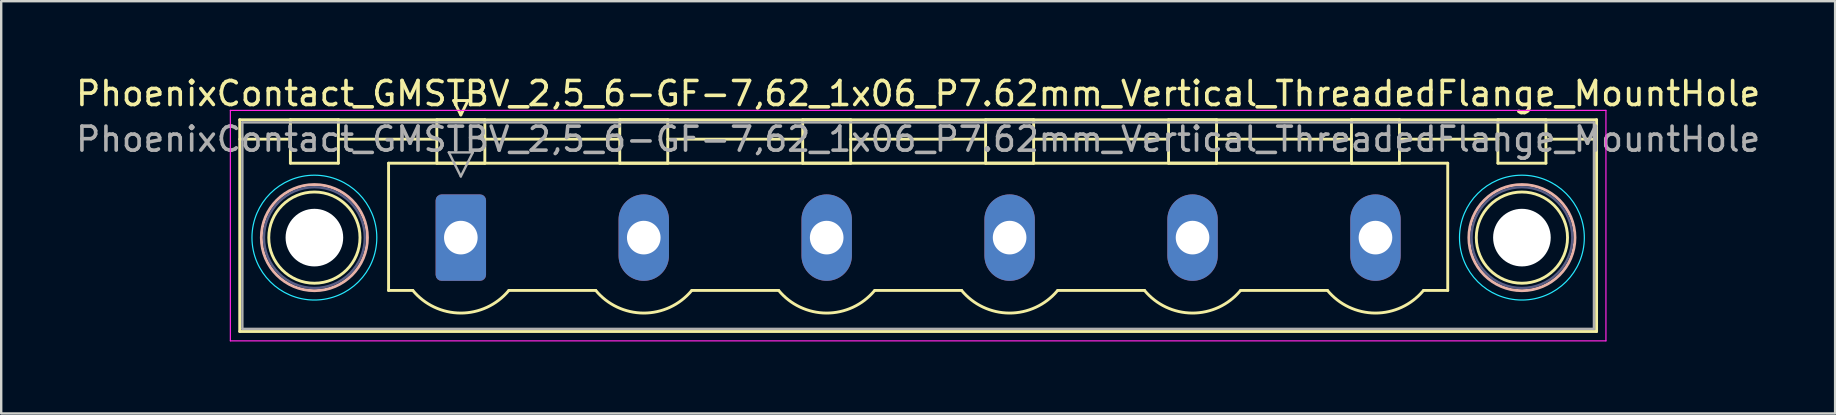
<source format=kicad_pcb>
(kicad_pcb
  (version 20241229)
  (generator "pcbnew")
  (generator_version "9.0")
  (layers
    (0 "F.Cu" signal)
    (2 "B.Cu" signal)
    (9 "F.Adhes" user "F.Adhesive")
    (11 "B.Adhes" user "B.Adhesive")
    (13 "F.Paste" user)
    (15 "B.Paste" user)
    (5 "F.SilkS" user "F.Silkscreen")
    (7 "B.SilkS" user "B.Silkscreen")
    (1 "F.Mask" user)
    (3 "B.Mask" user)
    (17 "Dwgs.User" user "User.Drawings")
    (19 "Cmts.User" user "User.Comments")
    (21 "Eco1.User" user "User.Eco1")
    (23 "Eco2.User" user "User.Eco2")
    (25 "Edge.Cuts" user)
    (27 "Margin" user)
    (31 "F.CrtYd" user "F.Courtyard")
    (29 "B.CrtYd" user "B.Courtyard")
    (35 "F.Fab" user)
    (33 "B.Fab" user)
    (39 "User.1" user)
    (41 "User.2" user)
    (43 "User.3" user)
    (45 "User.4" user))
  (footprint "PhoenixContact_GMSTBV_2,5_6-GF-7,62_1x06_P7.62mm_Vertical_ThreadedFlange_MountHole"
    (layer "F.Cu")
    (at 16.146 6.848)
    (property "Reference" "PhoenixContact_GMSTBV_2,5_6-GF-7,62_1x06_P7.62mm_Vertical_ThreadedFlange_MountHole" (at 19.05 -6 0) (layer "F.SilkS") (effects (font (size 1 1) (thickness 0.15))))
    (attr through_hole)
    (fp_line (start -9.21 -4.91) (end -9.21 3.91) (stroke (width 0.12) (type solid)) (layer "F.SilkS"))
    (fp_line (start -9.21 -4.1) (end -7.21 -4.1) (stroke (width 0.12) (type solid)) (layer "F.SilkS"))
    (fp_line (start -9.21 3.91) (end 47.31 3.91) (stroke (width 0.12) (type solid)) (layer "F.SilkS"))
    (fp_line (start -7.1 -4.91) (end -5.1 -4.91) (stroke (width 0.12) (type solid)) (layer "F.SilkS"))
    (fp_line (start -7.1 -3.1) (end -7.1 -4.91) (stroke (width 0.12) (type solid)) (layer "F.SilkS"))
    (fp_line (start -5.1 -4.91) (end -5.1 -3.1) (stroke (width 0.12) (type solid)) (layer "F.SilkS"))
    (fp_line (start -5.1 -4.1) (end -1 -4.1) (stroke (width 0.12) (type solid)) (layer "F.SilkS"))
    (fp_line (start -5.1 -3.1) (end -7.1 -3.1) (stroke (width 0.12) (type solid)) (layer "F.SilkS"))
    (fp_line (start -3.01 -3.1) (end 41.11 -3.1) (stroke (width 0.12) (type solid)) (layer "F.SilkS"))
    (fp_line (start -3.01 2.2) (end -3.01 -3.1) (stroke (width 0.12) (type solid)) (layer "F.SilkS"))
    (fp_line (start -2 2.2) (end -3.01 2.2) (stroke (width 0.12) (type solid)) (layer "F.SilkS"))
    (fp_line (start -1 -4.91) (end 1 -4.91) (stroke (width 0.12) (type solid)) (layer "F.SilkS"))
    (fp_line (start -1 -3.1) (end -1 -4.91) (stroke (width 0.12) (type solid)) (layer "F.SilkS"))
    (fp_line (start -0.3 -5.71) (end 0.3 -5.71) (stroke (width 0.12) (type solid)) (layer "F.SilkS"))
    (fp_line (start 0 -5.11) (end -0.3 -5.71) (stroke (width 0.12) (type solid)) (layer "F.SilkS"))
    (fp_line (start 0.3 -5.71) (end 0 -5.11) (stroke (width 0.12) (type solid)) (layer "F.SilkS"))
    (fp_line (start 1 -4.91) (end 1 -3.1) (stroke (width 0.12) (type solid)) (layer "F.SilkS"))
    (fp_line (start 1 -4.1) (end 6.62 -4.1) (stroke (width 0.12) (type solid)) (layer "F.SilkS"))
    (fp_line (start 1 -3.1) (end -1 -3.1) (stroke (width 0.12) (type solid)) (layer "F.SilkS"))
    (fp_line (start 2 2.2) (end 5.62 2.2) (stroke (width 0.12) (type solid)) (layer "F.SilkS"))
    (fp_line (start 6.62 -4.91) (end 8.62 -4.91) (stroke (width 0.12) (type solid)) (layer "F.SilkS"))
    (fp_line (start 6.62 -3.1) (end 6.62 -4.91) (stroke (width 0.12) (type solid)) (layer "F.SilkS"))
    (fp_line (start 8.62 -4.91) (end 8.62 -3.1) (stroke (width 0.12) (type solid)) (layer "F.SilkS"))
    (fp_line (start 8.62 -4.1) (end 14.24 -4.1) (stroke (width 0.12) (type solid)) (layer "F.SilkS"))
    (fp_line (start 8.62 -3.1) (end 6.62 -3.1) (stroke (width 0.12) (type solid)) (layer "F.SilkS"))
    (fp_line (start 9.62 2.2) (end 13.24 2.2) (stroke (width 0.12) (type solid)) (layer "F.SilkS"))
    (fp_line (start 14.24 -4.91) (end 16.24 -4.91) (stroke (width 0.12) (type solid)) (layer "F.SilkS"))
    (fp_line (start 14.24 -3.1) (end 14.24 -4.91) (stroke (width 0.12) (type solid)) (layer "F.SilkS"))
    (fp_line (start 16.24 -4.91) (end 16.24 -3.1) (stroke (width 0.12) (type solid)) (layer "F.SilkS"))
    (fp_line (start 16.24 -4.1) (end 21.86 -4.1) (stroke (width 0.12) (type solid)) (layer "F.SilkS"))
    (fp_line (start 16.24 -3.1) (end 14.24 -3.1) (stroke (width 0.12) (type solid)) (layer "F.SilkS"))
    (fp_line (start 17.24 2.2) (end 20.86 2.2) (stroke (width 0.12) (type solid)) (layer "F.SilkS"))
    (fp_line (start 21.86 -4.91) (end 23.86 -4.91) (stroke (width 0.12) (type solid)) (layer "F.SilkS"))
    (fp_line (start 21.86 -3.1) (end 21.86 -4.91) (stroke (width 0.12) (type solid)) (layer "F.SilkS"))
    (fp_line (start 23.86 -4.91) (end 23.86 -3.1) (stroke (width 0.12) (type solid)) (layer "F.SilkS"))
    (fp_line (start 23.86 -4.1) (end 29.48 -4.1) (stroke (width 0.12) (type solid)) (layer "F.SilkS"))
    (fp_line (start 23.86 -3.1) (end 21.86 -3.1) (stroke (width 0.12) (type solid)) (layer "F.SilkS"))
    (fp_line (start 24.86 2.2) (end 28.48 2.2) (stroke (width 0.12) (type solid)) (layer "F.SilkS"))
    (fp_line (start 29.48 -4.91) (end 31.48 -4.91) (stroke (width 0.12) (type solid)) (layer "F.SilkS"))
    (fp_line (start 29.48 -3.1) (end 29.48 -4.91) (stroke (width 0.12) (type solid)) (layer "F.SilkS"))
    (fp_line (start 31.48 -4.91) (end 31.48 -3.1) (stroke (width 0.12) (type solid)) (layer "F.SilkS"))
    (fp_line (start 31.48 -4.1) (end 37.1 -4.1) (stroke (width 0.12) (type solid)) (layer "F.SilkS"))
    (fp_line (start 31.48 -3.1) (end 29.48 -3.1) (stroke (width 0.12) (type solid)) (layer "F.SilkS"))
    (fp_line (start 32.48 2.2) (end 36.1 2.2) (stroke (width 0.12) (type solid)) (layer "F.SilkS"))
    (fp_line (start 37.1 -4.91) (end 39.1 -4.91) (stroke (width 0.12) (type solid)) (layer "F.SilkS"))
    (fp_line (start 37.1 -3.1) (end 37.1 -4.91) (stroke (width 0.12) (type solid)) (layer "F.SilkS"))
    (fp_line (start 39.1 -4.91) (end 39.1 -3.1) (stroke (width 0.12) (type solid)) (layer "F.SilkS"))
    (fp_line (start 39.1 -4.1) (end 43.2 -4.1) (stroke (width 0.12) (type solid)) (layer "F.SilkS"))
    (fp_line (start 39.1 -3.1) (end 37.1 -3.1) (stroke (width 0.12) (type solid)) (layer "F.SilkS"))
    (fp_line (start 41.11 -3.1) (end 41.11 2.2) (stroke (width 0.12) (type solid)) (layer "F.SilkS"))
    (fp_line (start 41.11 2.2) (end 40.1 2.2) (stroke (width 0.12) (type solid)) (layer "F.SilkS"))
    (fp_line (start 43.2 -4.91) (end 45.2 -4.91) (stroke (width 0.12) (type solid)) (layer "F.SilkS"))
    (fp_line (start 43.2 -3.1) (end 43.2 -4.91) (stroke (width 0.12) (type solid)) (layer "F.SilkS"))
    (fp_line (start 45.2 -4.91) (end 45.2 -3.1) (stroke (width 0.12) (type solid)) (layer "F.SilkS"))
    (fp_line (start 45.2 -3.1) (end 43.2 -3.1) (stroke (width 0.12) (type solid)) (layer "F.SilkS"))
    (fp_line (start 47.31 -4.91) (end -9.21 -4.91) (stroke (width 0.12) (type solid)) (layer "F.SilkS"))
    (fp_line (start 47.31 -4.1) (end 45.31 -4.1) (stroke (width 0.12) (type solid)) (layer "F.SilkS"))
    (fp_line (start 47.31 3.91) (end 47.31 -4.91) (stroke (width 0.12) (type solid)) (layer "F.SilkS"))
    (fp_arc (start 1.986842 2.215821) (mid -0.010289 3.142758) (end -2 2.2) (stroke (width 0.12) (type solid)) (layer "F.SilkS"))
    (fp_arc (start 9.606842 2.215821) (mid 7.609711 3.142758) (end 5.62 2.2) (stroke (width 0.12) (type solid)) (layer "F.SilkS"))
    (fp_arc (start 17.226842 2.215821) (mid 15.229711 3.142758) (end 13.24 2.2) (stroke (width 0.12) (type solid)) (layer "F.SilkS"))
    (fp_arc (start 24.846842 2.215821) (mid 22.849711 3.142758) (end 20.86 2.2) (stroke (width 0.12) (type solid)) (layer "F.SilkS"))
    (fp_arc (start 32.466842 2.215821) (mid 30.469711 3.142758) (end 28.48 2.2) (stroke (width 0.12) (type solid)) (layer "F.SilkS"))
    (fp_arc (start 40.086842 2.215821) (mid 38.089711 3.142758) (end 36.1 2.2) (stroke (width 0.12) (type solid)) (layer "F.SilkS"))
    (fp_circle (center -6.1 0) (end -4.2 0) (stroke (width 0.12) (type solid)) (fill no) (layer "F.SilkS"))
    (fp_circle (center 44.2 0) (end 46.1 0) (stroke (width 0.12) (type solid)) (fill no) (layer "F.SilkS"))
    (fp_circle (center -6.1 0) (end -3.89 0) (stroke (width 0.12) (type solid)) (fill no) (layer "B.SilkS"))
    (fp_circle (center 44.2 0) (end 46.41 0) (stroke (width 0.12) (type solid)) (fill no) (layer "B.SilkS"))
    (fp_circle (center -6.1 0) (end -3.5 0) (stroke (width 0.05) (type solid)) (fill no) (layer "B.CrtYd"))
    (fp_circle (center 44.2 0) (end 46.8 0) (stroke (width 0.05) (type solid)) (fill no) (layer "B.CrtYd"))
    (fp_line (start -9.6 -5.3) (end -9.6 4.3) (stroke (width 0.05) (type solid)) (layer "F.CrtYd"))
    (fp_line (start -9.6 4.3) (end 47.7 4.3) (stroke (width 0.05) (type solid)) (layer "F.CrtYd"))
    (fp_line (start 47.7 -5.3) (end -9.6 -5.3) (stroke (width 0.05) (type solid)) (layer "F.CrtYd"))
    (fp_line (start 47.7 4.3) (end 47.7 -5.3) (stroke (width 0.05) (type solid)) (layer "F.CrtYd"))
    (fp_circle (center -6.1 0) (end -4 0) (stroke (width 0.1) (type solid)) (fill no) (layer "B.Fab"))
    (fp_circle (center 44.2 0) (end 46.3 0) (stroke (width 0.1) (type solid)) (fill no) (layer "B.Fab"))
    (fp_line (start -9.1 -4.8) (end -9.1 3.8) (stroke (width 0.1) (type solid)) (layer "F.Fab"))
    (fp_line (start -9.1 3.8) (end 47.2 3.8) (stroke (width 0.1) (type solid)) (layer "F.Fab"))
    (fp_line (start -0.5 -3.55) (end 0.5 -3.55) (stroke (width 0.1) (type solid)) (layer "F.Fab"))
    (fp_line (start 0 -2.55) (end -0.5 -3.55) (stroke (width 0.1) (type solid)) (layer "F.Fab"))
    (fp_line (start 0.5 -3.55) (end 0 -2.55) (stroke (width 0.1) (type solid)) (layer "F.Fab"))
    (fp_line (start 47.2 -4.8) (end -9.1 -4.8) (stroke (width 0.1) (type solid)) (layer "F.Fab"))
    (fp_line (start 47.2 3.8) (end 47.2 -4.8) (stroke (width 0.1) (type solid)) (layer "F.Fab"))
    (fp_text user "${REFERENCE}" (at 19.05 -4.1 0) (layer "F.Fab") (effects (font (size 1 1) (thickness 0.15))))
    (pad "" np_thru_hole circle (at -6.1 0) (size 2.4 2.4) (drill 2.4) (layers "*.Cu" "*.Mask"))
    (pad "" np_thru_hole circle (at 44.2 0) (size 2.4 2.4) (drill 2.4) (layers "*.Cu" "*.Mask"))
    (pad "1" thru_hole roundrect (at 0 0) (size 2.1 3.6) (drill 1.4) (layers "*.Cu" "*.Mask") (roundrect_rratio 0.119))
    (pad "2" thru_hole oval (at 7.62 0) (size 2.1 3.6) (drill 1.4) (layers "*.Cu" "*.Mask"))
    (pad "3" thru_hole oval (at 15.24 0) (size 2.1 3.6) (drill 1.4) (layers "*.Cu" "*.Mask"))
    (pad "4" thru_hole oval (at 22.86 0) (size 2.1 3.6) (drill 1.4) (layers "*.Cu" "*.Mask"))
    (pad "5" thru_hole oval (at 30.48 0) (size 2.1 3.6) (drill 1.4) (layers "*.Cu" "*.Mask"))
    (pad "6" thru_hole oval (at 38.1 0) (size 2.1 3.6) (drill 1.4) (layers "*.Cu" "*.Mask")))
  (gr_rect
    (start -3 -3)
    (end 73.393 14.173)
    (stroke (width 0.1) (type default))
    (fill no)
    (layer "Edge.Cuts")))
</source>
